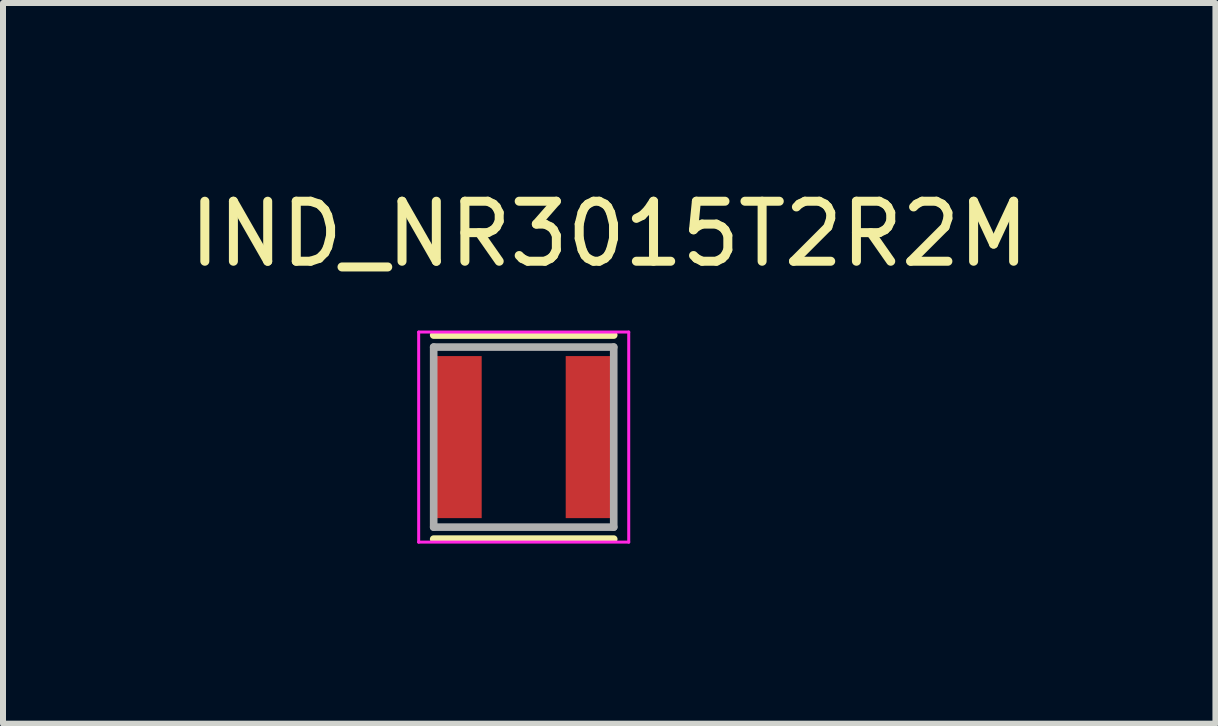
<source format=kicad_pcb>
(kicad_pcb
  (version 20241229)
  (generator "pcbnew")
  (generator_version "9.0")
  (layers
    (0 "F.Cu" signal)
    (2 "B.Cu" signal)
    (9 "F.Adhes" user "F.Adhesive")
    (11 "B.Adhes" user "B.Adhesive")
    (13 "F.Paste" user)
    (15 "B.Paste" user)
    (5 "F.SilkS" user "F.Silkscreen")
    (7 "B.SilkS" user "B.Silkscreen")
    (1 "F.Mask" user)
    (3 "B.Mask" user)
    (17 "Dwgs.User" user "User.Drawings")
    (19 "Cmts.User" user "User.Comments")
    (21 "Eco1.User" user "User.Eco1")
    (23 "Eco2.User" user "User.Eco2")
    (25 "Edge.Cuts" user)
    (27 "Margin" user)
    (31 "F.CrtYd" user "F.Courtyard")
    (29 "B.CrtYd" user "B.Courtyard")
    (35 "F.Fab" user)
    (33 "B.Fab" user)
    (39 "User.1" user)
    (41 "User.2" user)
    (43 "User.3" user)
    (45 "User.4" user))
  (footprint "IND_NR3015T2R2M"
    (layer "F.Cu")
    (at 5.676 4.233)
    (property "Reference" "IND_NR3015T2R2M" (at 1.425 -3.385 0) (layer "F.SilkS") (effects (font (size 1 1) (thickness 0.15))))
    (attr smd)
    (fp_line (start 1.5 -1.7) (end -1.5 -1.7) (stroke (width 0.127) (type solid)) (layer "F.SilkS"))
    (fp_line (start 1.5 1.7) (end -1.5 1.7) (stroke (width 0.127) (type solid)) (layer "F.SilkS"))
    (fp_line (start -1.75 -1.75) (end -1.75 1.75) (stroke (width 0.05) (type solid)) (layer "F.CrtYd"))
    (fp_line (start -1.75 1.75) (end 1.75 1.75) (stroke (width 0.05) (type solid)) (layer "F.CrtYd"))
    (fp_line (start 1.75 -1.75) (end -1.75 -1.75) (stroke (width 0.05) (type solid)) (layer "F.CrtYd"))
    (fp_line (start 1.75 1.75) (end 1.75 -1.75) (stroke (width 0.05) (type solid)) (layer "F.CrtYd"))
    (fp_line (start -1.5 -1.5) (end -1.5 1.5) (stroke (width 0.127) (type solid)) (layer "F.Fab"))
    (fp_line (start -1.5 1.5) (end 1.5 1.5) (stroke (width 0.127) (type solid)) (layer "F.Fab"))
    (fp_line (start 1.5 -1.5) (end -1.5 -1.5) (stroke (width 0.127) (type solid)) (layer "F.Fab"))
    (fp_line (start 1.5 1.5) (end 1.5 -1.5) (stroke (width 0.127) (type solid)) (layer "F.Fab"))
    (pad "1" smd rect (at -1.1 0) (size 0.8 2.7) (layers "F.Cu" "F.Mask" "F.Paste"))
    (pad "2" smd rect (at 1.1 0) (size 0.8 2.7) (layers "F.Cu" "F.Mask" "F.Paste")))
  (gr_rect
    (start -3 -3)
    (end 17.202 9.008)
    (stroke (width 0.1) (type default))
    (fill no)
    (layer "Edge.Cuts")))
</source>
